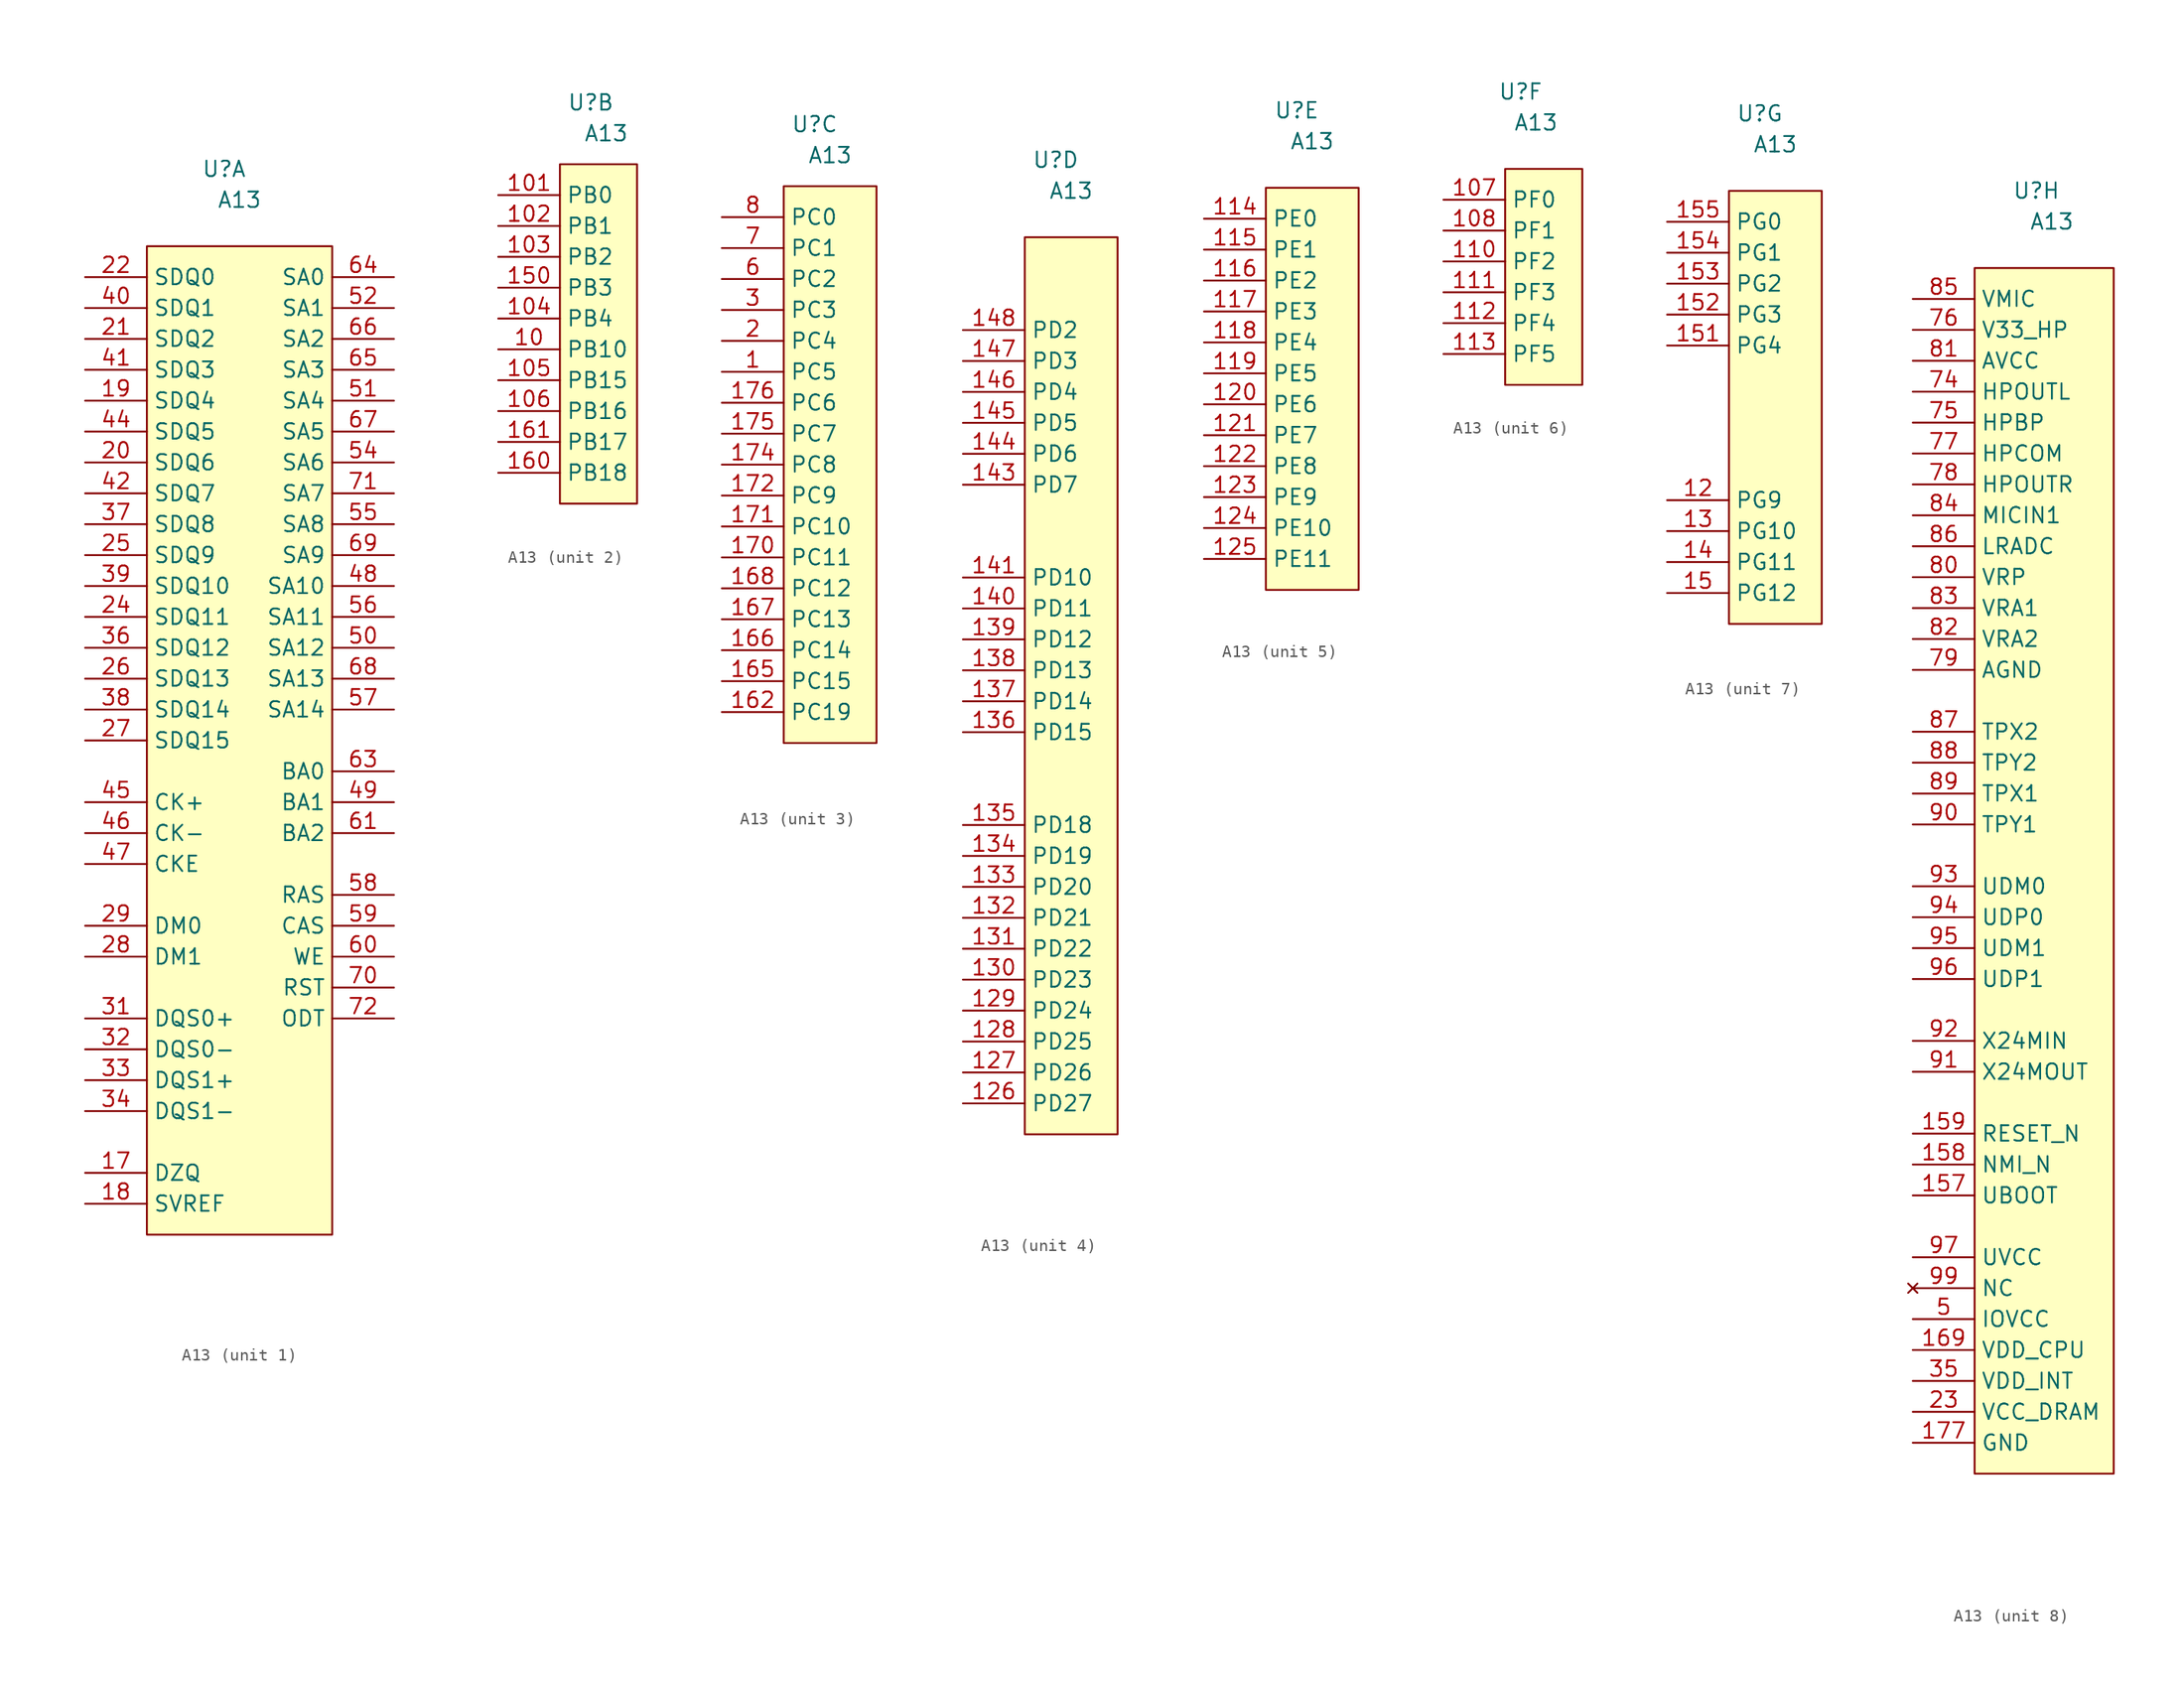
<source format=kicad_sym>
(kicad_symbol_lib
  (version 20211014)
  (generator kicad_symbol_editor)
  (symbol "A13"
    (property "Reference" "U"
      (at -1.27 6.35 0)
      (effects (font (size 1.27 1.27))))
    (property "Value" "A13"
      (at 0 3.81 0)
      (effects (font (size 1.27 1.27))))
    (property "ki_locked" ""
      (at 0 0 0)
      (effects (font (size 1.27 1.27))))
    (symbol "A13_1_0"
      (pin passive line (at -12.7 -12.7 0) (length 5.08) (name "SDQ4" (effects (font (size 1.27 1.27)))) (number "19" (effects (font (size 1.27 1.27)))))
      (pin passive line (at -12.7 -17.78 0) (length 5.08) (name "SDQ6" (effects (font (size 1.27 1.27)))) (number "20" (effects (font (size 1.27 1.27)))))
      (pin passive line (at -12.7 -7.62 0) (length 5.08) (name "SDQ2" (effects (font (size 1.27 1.27)))) (number "21" (effects (font (size 1.27 1.27)))))
      (pin passive line (at -12.7 -2.54 0) (length 5.08) (name "SDQ0" (effects (font (size 1.27 1.27)))) (number "22" (effects (font (size 1.27 1.27)))))
      (pin passive line (at -12.7 -30.48 0) (length 5.08) (name "SDQ11" (effects (font (size 1.27 1.27)))) (number "24" (effects (font (size 1.27 1.27)))))
      (pin passive line (at -12.7 -25.4 0) (length 5.08) (name "SDQ9" (effects (font (size 1.27 1.27)))) (number "25" (effects (font (size 1.27 1.27)))))
      (pin passive line (at -12.7 -35.56 0) (length 5.08) (name "SDQ13" (effects (font (size 1.27 1.27)))) (number "26" (effects (font (size 1.27 1.27)))))
      (pin passive line (at -12.7 -40.64 0) (length 5.08) (name "SDQ15" (effects (font (size 1.27 1.27)))) (number "27" (effects (font (size 1.27 1.27)))))
      (pin passive line (at -12.7 -33.02 0) (length 5.08) (name "SDQ12" (effects (font (size 1.27 1.27)))) (number "36" (effects (font (size 1.27 1.27)))))
      (pin passive line (at -12.7 -22.86 0) (length 5.08) (name "SDQ8" (effects (font (size 1.27 1.27)))) (number "37" (effects (font (size 1.27 1.27)))))
      (pin passive line (at -12.7 -38.1 0) (length 5.08) (name "SDQ14" (effects (font (size 1.27 1.27)))) (number "38" (effects (font (size 1.27 1.27)))))
      (pin passive line (at -12.7 -27.94 0) (length 5.08) (name "SDQ10" (effects (font (size 1.27 1.27)))) (number "39" (effects (font (size 1.27 1.27)))))
      (pin passive line (at -12.7 -5.08 0) (length 5.08) (name "SDQ1" (effects (font (size 1.27 1.27)))) (number "40" (effects (font (size 1.27 1.27)))))
      (pin passive line (at -12.7 -10.16 0) (length 5.08) (name "SDQ3" (effects (font (size 1.27 1.27)))) (number "41" (effects (font (size 1.27 1.27)))))
      (pin passive line (at -12.7 -20.32 0) (length 5.08) (name "SDQ7" (effects (font (size 1.27 1.27)))) (number "42" (effects (font (size 1.27 1.27)))))
      (pin passive line (at -12.7 -15.24 0) (length 5.08) (name "SDQ5" (effects (font (size 1.27 1.27)))) (number "44" (effects (font (size 1.27 1.27)))))
      (pin passive line (at 12.7 -27.94 180) (length 5.08) (name "SA10" (effects (font (size 1.27 1.27)))) (number "48" (effects (font (size 1.27 1.27)))))
      (pin passive line (at 12.7 -45.72 180) (length 5.08) (name "BA1" (effects (font (size 1.27 1.27)))) (number "49" (effects (font (size 1.27 1.27)))))
      (pin passive line (at 12.7 -33.02 180) (length 5.08) (name "SA12" (effects (font (size 1.27 1.27)))) (number "50" (effects (font (size 1.27 1.27)))))
      (pin passive line (at 12.7 -12.7 180) (length 5.08) (name "SA4" (effects (font (size 1.27 1.27)))) (number "51" (effects (font (size 1.27 1.27)))))
      (pin passive line (at 12.7 -5.08 180) (length 5.08) (name "SA1" (effects (font (size 1.27 1.27)))) (number "52" (effects (font (size 1.27 1.27)))))
      (pin passive line (at 12.7 -17.78 180) (length 5.08) (name "SA6" (effects (font (size 1.27 1.27)))) (number "54" (effects (font (size 1.27 1.27)))))
      (pin passive line (at 12.7 -22.86 180) (length 5.08) (name "SA8" (effects (font (size 1.27 1.27)))) (number "55" (effects (font (size 1.27 1.27)))))
      (pin passive line (at 12.7 -30.48 180) (length 5.08) (name "SA11" (effects (font (size 1.27 1.27)))) (number "56" (effects (font (size 1.27 1.27)))))
      (pin passive line (at 12.7 -38.1 180) (length 5.08) (name "SA14" (effects (font (size 1.27 1.27)))) (number "57" (effects (font (size 1.27 1.27)))))
      (pin passive line (at 12.7 -53.34 180) (length 5.08) (name "RAS" (effects (font (size 1.27 1.27)))) (number "58" (effects (font (size 1.27 1.27)))))
      (pin passive line (at 12.7 -55.88 180) (length 5.08) (name "CAS" (effects (font (size 1.27 1.27)))) (number "59" (effects (font (size 1.27 1.27)))))
      (pin passive line (at 12.7 -58.42 180) (length 5.08) (name "WE" (effects (font (size 1.27 1.27)))) (number "60" (effects (font (size 1.27 1.27)))))
      (pin passive line (at 12.7 -48.26 180) (length 5.08) (name "BA2" (effects (font (size 1.27 1.27)))) (number "61" (effects (font (size 1.27 1.27)))))
      (pin passive line (at 12.7 -43.18 180) (length 5.08) (name "BA0" (effects (font (size 1.27 1.27)))) (number "63" (effects (font (size 1.27 1.27)))))
      (pin passive line (at 12.7 -2.54 180) (length 5.08) (name "SA0" (effects (font (size 1.27 1.27)))) (number "64" (effects (font (size 1.27 1.27)))))
      (pin passive line (at 12.7 -10.16 180) (length 5.08) (name "SA3" (effects (font (size 1.27 1.27)))) (number "65" (effects (font (size 1.27 1.27)))))
      (pin passive line (at 12.7 -7.62 180) (length 5.08) (name "SA2" (effects (font (size 1.27 1.27)))) (number "66" (effects (font (size 1.27 1.27)))))
      (pin passive line (at 12.7 -15.24 180) (length 5.08) (name "SA5" (effects (font (size 1.27 1.27)))) (number "67" (effects (font (size 1.27 1.27)))))
      (pin passive line (at 12.7 -35.56 180) (length 5.08) (name "SA13" (effects (font (size 1.27 1.27)))) (number "68" (effects (font (size 1.27 1.27)))))
      (pin passive line (at 12.7 -25.4 180) (length 5.08) (name "SA9" (effects (font (size 1.27 1.27)))) (number "69" (effects (font (size 1.27 1.27)))))
      (pin passive line (at 12.7 -60.96 180) (length 5.08) (name "RST" (effects (font (size 1.27 1.27)))) (number "70" (effects (font (size 1.27 1.27)))))
      (pin passive line (at 12.7 -20.32 180) (length 5.08) (name "SA7" (effects (font (size 1.27 1.27)))) (number "71" (effects (font (size 1.27 1.27)))))
      (pin passive line (at 12.7 -63.5 180) (length 5.08) (name "ODT" (effects (font (size 1.27 1.27)))) (number "72" (effects (font (size 1.27 1.27))))))
    (symbol "A13_1_1"
      (rectangle (start -7.62 0) (end 7.62 -81.28) (stroke (width 0.152) (type default) (color 0 0 0 0)) (fill (type background)))
      (pin passive line (at -12.7 -76.2 0) (length 5.08) (name "DZQ" (effects (font (size 1.27 1.27)))) (number "17" (effects (font (size 1.27 1.27)))))
      (pin passive line (at -12.7 -78.74 0) (length 5.08) (name "SVREF" (effects (font (size 1.27 1.27)))) (number "18" (effects (font (size 1.27 1.27)))))
      (pin passive line (at -12.7 -58.42 0) (length 5.08) (name "DM1" (effects (font (size 1.27 1.27)))) (number "28" (effects (font (size 1.27 1.27)))))
      (pin passive line (at -12.7 -55.88 0) (length 5.08) (name "DM0" (effects (font (size 1.27 1.27)))) (number "29" (effects (font (size 1.27 1.27)))))
      (pin passive line (at -12.7 -63.5 0) (length 5.08) (name "DQS0+" (effects (font (size 1.27 1.27)))) (number "31" (effects (font (size 1.27 1.27)))))
      (pin passive line (at -12.7 -66.04 0) (length 5.08) (name "DQS0-" (effects (font (size 1.27 1.27)))) (number "32" (effects (font (size 1.27 1.27)))))
      (pin passive line (at -12.7 -68.58 0) (length 5.08) (name "DQS1+" (effects (font (size 1.27 1.27)))) (number "33" (effects (font (size 1.27 1.27)))))
      (pin passive line (at -12.7 -71.12 0) (length 5.08) (name "DQS1-" (effects (font (size 1.27 1.27)))) (number "34" (effects (font (size 1.27 1.27)))))
      (pin passive line (at -12.7 -45.72 0) (length 5.08) (name "CK+" (effects (font (size 1.27 1.27)))) (number "45" (effects (font (size 1.27 1.27)))))
      (pin passive line (at -12.7 -48.26 0) (length 5.08) (name "CK-" (effects (font (size 1.27 1.27)))) (number "46" (effects (font (size 1.27 1.27)))))
      (pin passive line (at -12.7 -50.8 0) (length 5.08) (name "CKE" (effects (font (size 1.27 1.27)))) (number "47" (effects (font (size 1.27 1.27))))))
    (symbol "A13_2_0"
      (pin passive line (at -8.89 -13.97 0) (length 5.08) (name "PB10" (effects (font (size 1.27 1.27)))) (number "10" (effects (font (size 1.27 1.27)))))
      (pin passive line (at -8.89 -1.27 0) (length 5.08) (name "PB0" (effects (font (size 1.27 1.27)))) (number "101" (effects (font (size 1.27 1.27)))))
      (pin passive line (at -8.89 -3.81 0) (length 5.08) (name "PB1" (effects (font (size 1.27 1.27)))) (number "102" (effects (font (size 1.27 1.27)))))
      (pin passive line (at -8.89 -6.35 0) (length 5.08) (name "PB2" (effects (font (size 1.27 1.27)))) (number "103" (effects (font (size 1.27 1.27)))))
      (pin passive line (at -8.89 -11.43 0) (length 5.08) (name "PB4" (effects (font (size 1.27 1.27)))) (number "104" (effects (font (size 1.27 1.27)))))
      (pin passive line (at -8.89 -16.51 0) (length 5.08) (name "PB15" (effects (font (size 1.27 1.27)))) (number "105" (effects (font (size 1.27 1.27)))))
      (pin passive line (at -8.89 -19.05 0) (length 5.08) (name "PB16" (effects (font (size 1.27 1.27)))) (number "106" (effects (font (size 1.27 1.27)))))
      (pin passive line (at -8.89 -8.89 0) (length 5.08) (name "PB3" (effects (font (size 1.27 1.27)))) (number "150" (effects (font (size 1.27 1.27)))))
      (pin passive line (at -8.89 -24.13 0) (length 5.08) (name "PB18" (effects (font (size 1.27 1.27)))) (number "160" (effects (font (size 1.27 1.27)))))
      (pin passive line (at -8.89 -21.59 0) (length 5.08) (name "PB17" (effects (font (size 1.27 1.27)))) (number "161" (effects (font (size 1.27 1.27))))))
    (symbol "A13_2_1"
      (rectangle (start -3.81 1.27) (end 2.54 -26.67) (stroke (width 0.152) (type default) (color 0 0 0 0)) (fill (type background))))
    (symbol "A13_3_0"
      (pin passive line (at -8.89 -13.97 0) (length 5.08) (name "PC5" (effects (font (size 1.27 1.27)))) (number "1" (effects (font (size 1.27 1.27)))))
      (pin passive line (at -8.89 -41.91 0) (length 5.08) (name "PC19" (effects (font (size 1.27 1.27)))) (number "162" (effects (font (size 1.27 1.27)))))
      (pin passive line (at -8.89 -39.37 0) (length 5.08) (name "PC15" (effects (font (size 1.27 1.27)))) (number "165" (effects (font (size 1.27 1.27)))))
      (pin passive line (at -8.89 -36.83 0) (length 5.08) (name "PC14" (effects (font (size 1.27 1.27)))) (number "166" (effects (font (size 1.27 1.27)))))
      (pin passive line (at -8.89 -34.29 0) (length 5.08) (name "PC13" (effects (font (size 1.27 1.27)))) (number "167" (effects (font (size 1.27 1.27)))))
      (pin passive line (at -8.89 -31.75 0) (length 5.08) (name "PC12" (effects (font (size 1.27 1.27)))) (number "168" (effects (font (size 1.27 1.27)))))
      (pin passive line (at -8.89 -29.21 0) (length 5.08) (name "PC11" (effects (font (size 1.27 1.27)))) (number "170" (effects (font (size 1.27 1.27)))))
      (pin passive line (at -8.89 -26.67 0) (length 5.08) (name "PC10" (effects (font (size 1.27 1.27)))) (number "171" (effects (font (size 1.27 1.27)))))
      (pin passive line (at -8.89 -24.13 0) (length 5.08) (name "PC9" (effects (font (size 1.27 1.27)))) (number "172" (effects (font (size 1.27 1.27)))))
      (pin passive line (at -8.89 -21.59 0) (length 5.08) (name "PC8" (effects (font (size 1.27 1.27)))) (number "174" (effects (font (size 1.27 1.27)))))
      (pin passive line (at -8.89 -19.05 0) (length 5.08) (name "PC7" (effects (font (size 1.27 1.27)))) (number "175" (effects (font (size 1.27 1.27)))))
      (pin passive line (at -8.89 -16.51 0) (length 5.08) (name "PC6" (effects (font (size 1.27 1.27)))) (number "176" (effects (font (size 1.27 1.27)))))
      (pin passive line (at -8.89 -11.43 0) (length 5.08) (name "PC4" (effects (font (size 1.27 1.27)))) (number "2" (effects (font (size 1.27 1.27)))))
      (pin passive line (at -8.89 -8.89 0) (length 5.08) (name "PC3" (effects (font (size 1.27 1.27)))) (number "3" (effects (font (size 1.27 1.27)))))
      (pin passive line (at -8.89 -6.35 0) (length 5.08) (name "PC2" (effects (font (size 1.27 1.27)))) (number "6" (effects (font (size 1.27 1.27)))))
      (pin passive line (at -8.89 -3.81 0) (length 5.08) (name "PC1" (effects (font (size 1.27 1.27)))) (number "7" (effects (font (size 1.27 1.27)))))
      (pin passive line (at -8.89 -1.27 0) (length 5.08) (name "PC0" (effects (font (size 1.27 1.27)))) (number "8" (effects (font (size 1.27 1.27))))))
    (symbol "A13_3_1"
      (rectangle (start -3.81 1.27) (end 3.81 -44.45) (stroke (width 0.152) (type default) (color 0 0 0 0)) (fill (type background))))
    (symbol "A13_4_0"
      (pin passive line (at -8.89 -71.12 0) (length 5.08) (name "PD27" (effects (font (size 1.27 1.27)))) (number "126" (effects (font (size 1.27 1.27)))))
      (pin passive line (at -8.89 -68.58 0) (length 5.08) (name "PD26" (effects (font (size 1.27 1.27)))) (number "127" (effects (font (size 1.27 1.27)))))
      (pin passive line (at -8.89 -66.04 0) (length 5.08) (name "PD25" (effects (font (size 1.27 1.27)))) (number "128" (effects (font (size 1.27 1.27)))))
      (pin passive line (at -8.89 -63.5 0) (length 5.08) (name "PD24" (effects (font (size 1.27 1.27)))) (number "129" (effects (font (size 1.27 1.27)))))
      (pin passive line (at -8.89 -60.96 0) (length 5.08) (name "PD23" (effects (font (size 1.27 1.27)))) (number "130" (effects (font (size 1.27 1.27)))))
      (pin passive line (at -8.89 -58.42 0) (length 5.08) (name "PD22" (effects (font (size 1.27 1.27)))) (number "131" (effects (font (size 1.27 1.27)))))
      (pin passive line (at -8.89 -55.88 0) (length 5.08) (name "PD21" (effects (font (size 1.27 1.27)))) (number "132" (effects (font (size 1.27 1.27)))))
      (pin passive line (at -8.89 -53.34 0) (length 5.08) (name "PD20" (effects (font (size 1.27 1.27)))) (number "133" (effects (font (size 1.27 1.27)))))
      (pin passive line (at -8.89 -50.8 0) (length 5.08) (name "PD19" (effects (font (size 1.27 1.27)))) (number "134" (effects (font (size 1.27 1.27)))))
      (pin passive line (at -8.89 -48.26 0) (length 5.08) (name "PD18" (effects (font (size 1.27 1.27)))) (number "135" (effects (font (size 1.27 1.27)))))
      (pin passive line (at -8.89 -40.64 0) (length 5.08) (name "PD15" (effects (font (size 1.27 1.27)))) (number "136" (effects (font (size 1.27 1.27)))))
      (pin passive line (at -8.89 -38.1 0) (length 5.08) (name "PD14" (effects (font (size 1.27 1.27)))) (number "137" (effects (font (size 1.27 1.27)))))
      (pin passive line (at -8.89 -35.56 0) (length 5.08) (name "PD13" (effects (font (size 1.27 1.27)))) (number "138" (effects (font (size 1.27 1.27)))))
      (pin passive line (at -8.89 -33.02 0) (length 5.08) (name "PD12" (effects (font (size 1.27 1.27)))) (number "139" (effects (font (size 1.27 1.27)))))
      (pin passive line (at -8.89 -30.48 0) (length 5.08) (name "PD11" (effects (font (size 1.27 1.27)))) (number "140" (effects (font (size 1.27 1.27)))))
      (pin passive line (at -8.89 -27.94 0) (length 5.08) (name "PD10" (effects (font (size 1.27 1.27)))) (number "141" (effects (font (size 1.27 1.27)))))
      (pin passive line (at -8.89 -20.32 0) (length 5.08) (name "PD7" (effects (font (size 1.27 1.27)))) (number "143" (effects (font (size 1.27 1.27)))))
      (pin passive line (at -8.89 -17.78 0) (length 5.08) (name "PD6" (effects (font (size 1.27 1.27)))) (number "144" (effects (font (size 1.27 1.27)))))
      (pin passive line (at -8.89 -15.24 0) (length 5.08) (name "PD5" (effects (font (size 1.27 1.27)))) (number "145" (effects (font (size 1.27 1.27)))))
      (pin passive line (at -8.89 -12.7 0) (length 5.08) (name "PD4" (effects (font (size 1.27 1.27)))) (number "146" (effects (font (size 1.27 1.27)))))
      (pin passive line (at -8.89 -10.16 0) (length 5.08) (name "PD3" (effects (font (size 1.27 1.27)))) (number "147" (effects (font (size 1.27 1.27)))))
      (pin passive line (at -8.89 -7.62 0) (length 5.08) (name "PD2" (effects (font (size 1.27 1.27)))) (number "148" (effects (font (size 1.27 1.27))))))
    (symbol "A13_4_1"
      (rectangle (start -3.81 0) (end 3.81 -73.66) (stroke (width 0.152) (type default) (color 0 0 0 0)) (fill (type background))))
    (symbol "A13_5_0"
      (pin passive line (at -8.89 -2.54 0) (length 5.08) (name "PE0" (effects (font (size 1.27 1.27)))) (number "114" (effects (font (size 1.27 1.27)))))
      (pin passive line (at -8.89 -5.08 0) (length 5.08) (name "PE1" (effects (font (size 1.27 1.27)))) (number "115" (effects (font (size 1.27 1.27)))))
      (pin passive line (at -8.89 -7.62 0) (length 5.08) (name "PE2" (effects (font (size 1.27 1.27)))) (number "116" (effects (font (size 1.27 1.27)))))
      (pin passive line (at -8.89 -10.16 0) (length 5.08) (name "PE3" (effects (font (size 1.27 1.27)))) (number "117" (effects (font (size 1.27 1.27)))))
      (pin passive line (at -8.89 -12.7 0) (length 5.08) (name "PE4" (effects (font (size 1.27 1.27)))) (number "118" (effects (font (size 1.27 1.27)))))
      (pin passive line (at -8.89 -15.24 0) (length 5.08) (name "PE5" (effects (font (size 1.27 1.27)))) (number "119" (effects (font (size 1.27 1.27)))))
      (pin passive line (at -8.89 -17.78 0) (length 5.08) (name "PE6" (effects (font (size 1.27 1.27)))) (number "120" (effects (font (size 1.27 1.27)))))
      (pin passive line (at -8.89 -20.32 0) (length 5.08) (name "PE7" (effects (font (size 1.27 1.27)))) (number "121" (effects (font (size 1.27 1.27)))))
      (pin passive line (at -8.89 -22.86 0) (length 5.08) (name "PE8" (effects (font (size 1.27 1.27)))) (number "122" (effects (font (size 1.27 1.27)))))
      (pin passive line (at -8.89 -25.4 0) (length 5.08) (name "PE9" (effects (font (size 1.27 1.27)))) (number "123" (effects (font (size 1.27 1.27)))))
      (pin passive line (at -8.89 -27.94 0) (length 5.08) (name "PE10" (effects (font (size 1.27 1.27)))) (number "124" (effects (font (size 1.27 1.27)))))
      (pin passive line (at -8.89 -30.48 0) (length 5.08) (name "PE11" (effects (font (size 1.27 1.27)))) (number "125" (effects (font (size 1.27 1.27))))))
    (symbol "A13_5_1"
      (rectangle (start -3.81 0) (end 3.81 -33.02) (stroke (width 0.152) (type default) (color 0 0 0 0)) (fill (type background))))
    (symbol "A13_6_0"
      (pin passive line (at -7.62 -2.54 0) (length 5.08) (name "PF0" (effects (font (size 1.27 1.27)))) (number "107" (effects (font (size 1.27 1.27)))))
      (pin passive line (at -7.62 -5.08 0) (length 5.08) (name "PF1" (effects (font (size 1.27 1.27)))) (number "108" (effects (font (size 1.27 1.27)))))
      (pin passive line (at -7.62 -7.62 0) (length 5.08) (name "PF2" (effects (font (size 1.27 1.27)))) (number "110" (effects (font (size 1.27 1.27)))))
      (pin passive line (at -7.62 -10.16 0) (length 5.08) (name "PF3" (effects (font (size 1.27 1.27)))) (number "111" (effects (font (size 1.27 1.27)))))
      (pin passive line (at -7.62 -12.7 0) (length 5.08) (name "PF4" (effects (font (size 1.27 1.27)))) (number "112" (effects (font (size 1.27 1.27)))))
      (pin passive line (at -7.62 -15.24 0) (length 5.08) (name "PF5" (effects (font (size 1.27 1.27)))) (number "113" (effects (font (size 1.27 1.27))))))
    (symbol "A13_6_1"
      (rectangle (start -2.54 0) (end 3.81 -17.78) (stroke (width 0.152) (type default) (color 0 0 0 0)) (fill (type background))))
    (symbol "A13_7_0"
      (pin passive line (at -8.89 -25.4 0) (length 5.08) (name "PG9" (effects (font (size 1.27 1.27)))) (number "12" (effects (font (size 1.27 1.27)))))
      (pin passive line (at -8.89 -27.94 0) (length 5.08) (name "PG10" (effects (font (size 1.27 1.27)))) (number "13" (effects (font (size 1.27 1.27)))))
      (pin passive line (at -8.89 -30.48 0) (length 5.08) (name "PG11" (effects (font (size 1.27 1.27)))) (number "14" (effects (font (size 1.27 1.27)))))
      (pin passive line (at -8.89 -12.7 0) (length 5.08) (name "PG4" (effects (font (size 1.27 1.27)))) (number "151" (effects (font (size 1.27 1.27)))))
      (pin passive line (at -8.89 -10.16 0) (length 5.08) (name "PG3" (effects (font (size 1.27 1.27)))) (number "152" (effects (font (size 1.27 1.27)))))
      (pin passive line (at -8.89 -7.62 0) (length 5.08) (name "PG2" (effects (font (size 1.27 1.27)))) (number "153" (effects (font (size 1.27 1.27)))))
      (pin passive line (at -8.89 -5.08 0) (length 5.08) (name "PG1" (effects (font (size 1.27 1.27)))) (number "154" (effects (font (size 1.27 1.27)))))
      (pin passive line (at -8.89 -2.54 0) (length 5.08) (name "PG0" (effects (font (size 1.27 1.27)))) (number "155" (effects (font (size 1.27 1.27))))))
    (symbol "A13_7_1"
      (rectangle (start -3.81 0) (end 3.81 -35.56) (stroke (width 0.152) (type default) (color 0 0 0 0)) (fill (type background)))
      (pin passive line (at -8.89 -33.02 0) (length 5.08) (name "PG12" (effects (font (size 1.27 1.27)))) (number "15" (effects (font (size 1.27 1.27))))))
    (symbol "A13_8_0"
      (pin passive line (at -11.43 -96.52 0) (length 5.08) (name "GND" (effects (font (size 1.27 1.27)))) (number "177" (effects (font (size 1.27 1.27)))))
      (pin passive line (at -11.43 -10.16 0) (length 5.08) (name "HPOUTL" (effects (font (size 1.27 1.27)))) (number "74" (effects (font (size 1.27 1.27)))))
      (pin passive line (at -11.43 -12.7 0) (length 5.08) (name "HPBP" (effects (font (size 1.27 1.27)))) (number "75" (effects (font (size 1.27 1.27)))))
      (pin passive line (at -11.43 -15.24 0) (length 5.08) (name "HPCOM" (effects (font (size 1.27 1.27)))) (number "77" (effects (font (size 1.27 1.27)))))
      (pin passive line (at -11.43 -17.78 0) (length 5.08) (name "HPOUTR" (effects (font (size 1.27 1.27)))) (number "78" (effects (font (size 1.27 1.27)))))
      (pin passive line (at -11.43 -20.32 0) (length 5.08) (name "MICIN1" (effects (font (size 1.27 1.27)))) (number "84" (effects (font (size 1.27 1.27)))))
      (pin passive line (at -11.43 -22.86 0) (length 5.08) (name "LRADC" (effects (font (size 1.27 1.27)))) (number "86" (effects (font (size 1.27 1.27)))))
      (pin passive line (at -11.43 -38.1 0) (length 5.08) (name "TPX2" (effects (font (size 1.27 1.27)))) (number "87" (effects (font (size 1.27 1.27)))))
      (pin passive line (at -11.43 -40.64 0) (length 5.08) (name "TPY2" (effects (font (size 1.27 1.27)))) (number "88" (effects (font (size 1.27 1.27)))))
      (pin passive line (at -11.43 -43.18 0) (length 5.08) (name "TPX1" (effects (font (size 1.27 1.27)))) (number "89" (effects (font (size 1.27 1.27)))))
      (pin passive line (at -11.43 -45.72 0) (length 5.08) (name "TPY1" (effects (font (size 1.27 1.27)))) (number "90" (effects (font (size 1.27 1.27)))))
      (pin passive line (at -11.43 -50.8 0) (length 5.08) (name "UDM0" (effects (font (size 1.27 1.27)))) (number "93" (effects (font (size 1.27 1.27)))))
      (pin passive line (at -11.43 -53.34 0) (length 5.08) (name "UDP0" (effects (font (size 1.27 1.27)))) (number "94" (effects (font (size 1.27 1.27)))))
      (pin passive line (at -11.43 -55.88 0) (length 5.08) (name "UDM1" (effects (font (size 1.27 1.27)))) (number "95" (effects (font (size 1.27 1.27)))))
      (pin passive line (at -11.43 -58.42 0) (length 5.08) (name "UDP1" (effects (font (size 1.27 1.27)))) (number "96" (effects (font (size 1.27 1.27)))))
      (pin no_connect line (at -11.43 -83.82 0) (length 5.08) (name "NC" (effects (font (size 1.27 1.27)))) (number "99" (effects (font (size 1.27 1.27))))))
    (symbol "A13_8_1"
      (rectangle (start -6.35 0) (end 5.08 -99.06) (stroke (width 0.152) (type default) (color 0 0 0 0)) (fill (type background)))
      (pin passive line (at -11.43 -86.36 0) (length 5.08) hide (name "IOVCC" (effects (font (size 1.27 1.27)))) (number "100" (effects (font (size 1.27 1.27)))))
      (pin passive line (at -11.43 -91.44 0) (length 5.08) hide (name "VDD_INT" (effects (font (size 1.27 1.27)))) (number "109" (effects (font (size 1.27 1.27)))))
      (pin passive line (at -11.43 -88.9 0) (length 5.08) hide (name "VDD_CPU" (effects (font (size 1.27 1.27)))) (number "11" (effects (font (size 1.27 1.27)))))
      (pin passive line (at -11.43 -86.36 0) (length 5.08) hide (name "IOVCC" (effects (font (size 1.27 1.27)))) (number "142" (effects (font (size 1.27 1.27)))))
      (pin passive line (at -11.43 -91.44 0) (length 5.08) hide (name "VDD_INT" (effects (font (size 1.27 1.27)))) (number "149" (effects (font (size 1.27 1.27)))))
      (pin passive line (at -11.43 -88.9 0) (length 5.08) hide (name "VDD_CPU" (effects (font (size 1.27 1.27)))) (number "156" (effects (font (size 1.27 1.27)))))
      (pin passive line (at -11.43 -76.2 0) (length 5.08) (name "UBOOT" (effects (font (size 1.27 1.27)))) (number "157" (effects (font (size 1.27 1.27)))))
      (pin passive line (at -11.43 -73.66 0) (length 5.08) (name "NMI_N" (effects (font (size 1.27 1.27)))) (number "158" (effects (font (size 1.27 1.27)))))
      (pin passive line (at -11.43 -71.12 0) (length 5.08) (name "RESET_N" (effects (font (size 1.27 1.27)))) (number "159" (effects (font (size 1.27 1.27)))))
      (pin passive line (at -11.43 -88.9 0) (length 5.08) hide (name "VDD_CPU" (effects (font (size 1.27 1.27)))) (number "16" (effects (font (size 1.27 1.27)))))
      (pin passive line (at -11.43 -86.36 0) (length 5.08) hide (name "IOVCC" (effects (font (size 1.27 1.27)))) (number "163" (effects (font (size 1.27 1.27)))))
      (pin passive line (at -11.43 -88.9 0) (length 5.08) hide (name "VDD_CPU" (effects (font (size 1.27 1.27)))) (number "164" (effects (font (size 1.27 1.27)))))
      (pin passive line (at -11.43 -88.9 0) (length 5.08) (name "VDD_CPU" (effects (font (size 1.27 1.27)))) (number "169" (effects (font (size 1.27 1.27)))))
      (pin passive line (at -11.43 -88.9 0) (length 5.08) hide (name "VDD_CPU" (effects (font (size 1.27 1.27)))) (number "173" (effects (font (size 1.27 1.27)))))
      (pin passive line (at -11.43 -93.98 0) (length 5.08) (name "VCC_DRAM" (effects (font (size 1.27 1.27)))) (number "23" (effects (font (size 1.27 1.27)))))
      (pin passive line (at -11.43 -93.98 0) (length 5.08) hide (name "VCC_DRAM" (effects (font (size 1.27 1.27)))) (number "30" (effects (font (size 1.27 1.27)))))
      (pin passive line (at -11.43 -91.44 0) (length 5.08) (name "VDD_INT" (effects (font (size 1.27 1.27)))) (number "35" (effects (font (size 1.27 1.27)))))
      (pin passive line (at -11.43 -88.9 0) (length 5.08) hide (name "VDD_CPU" (effects (font (size 1.27 1.27)))) (number "4" (effects (font (size 1.27 1.27)))))
      (pin passive line (at -11.43 -93.98 0) (length 5.08) hide (name "VCC_DRAM" (effects (font (size 1.27 1.27)))) (number "43" (effects (font (size 1.27 1.27)))))
      (pin passive line (at -11.43 -86.36 0) (length 5.08) (name "IOVCC" (effects (font (size 1.27 1.27)))) (number "5" (effects (font (size 1.27 1.27)))))
      (pin passive line (at -11.43 -93.98 0) (length 5.08) hide (name "VCC_DRAM" (effects (font (size 1.27 1.27)))) (number "53" (effects (font (size 1.27 1.27)))))
      (pin passive line (at -11.43 -93.98 0) (length 5.08) hide (name "VCC_DRAM" (effects (font (size 1.27 1.27)))) (number "62" (effects (font (size 1.27 1.27)))))
      (pin passive line (at -11.43 -91.44 0) (length 5.08) hide (name "VDD_INT" (effects (font (size 1.27 1.27)))) (number "73" (effects (font (size 1.27 1.27)))))
      (pin passive line (at -11.43 -5.08 0) (length 5.08) (name "V33_HP" (effects (font (size 1.27 1.27)))) (number "76" (effects (font (size 1.27 1.27)))))
      (pin passive line (at -11.43 -33.02 0) (length 5.08) (name "AGND" (effects (font (size 1.27 1.27)))) (number "79" (effects (font (size 1.27 1.27)))))
      (pin passive line (at -11.43 -25.4 0) (length 5.08) (name "VRP" (effects (font (size 1.27 1.27)))) (number "80" (effects (font (size 1.27 1.27)))))
      (pin passive line (at -11.43 -7.62 0) (length 5.08) (name "AVCC" (effects (font (size 1.27 1.27)))) (number "81" (effects (font (size 1.27 1.27)))))
      (pin passive line (at -11.43 -30.48 0) (length 5.08) (name "VRA2" (effects (font (size 1.27 1.27)))) (number "82" (effects (font (size 1.27 1.27)))))
      (pin passive line (at -11.43 -27.94 0) (length 5.08) (name "VRA1" (effects (font (size 1.27 1.27)))) (number "83" (effects (font (size 1.27 1.27)))))
      (pin passive line (at -11.43 -2.54 0) (length 5.08) (name "VMIC" (effects (font (size 1.27 1.27)))) (number "85" (effects (font (size 1.27 1.27)))))
      (pin passive line (at -11.43 -88.9 0) (length 5.08) hide (name "VDD_CPU" (effects (font (size 1.27 1.27)))) (number "9" (effects (font (size 1.27 1.27)))))
      (pin passive line (at -11.43 -66.04 0) (length 5.08) (name "X24MOUT" (effects (font (size 1.27 1.27)))) (number "91" (effects (font (size 1.27 1.27)))))
      (pin passive line (at -11.43 -63.5 0) (length 5.08) (name "X24MIN" (effects (font (size 1.27 1.27)))) (number "92" (effects (font (size 1.27 1.27)))))
      (pin passive line (at -11.43 -81.28 0) (length 5.08) (name "UVCC" (effects (font (size 1.27 1.27)))) (number "97" (effects (font (size 1.27 1.27)))))
      (pin passive line (at -11.43 -91.44 0) (length 5.08) hide (name "VDD_INT" (effects (font (size 1.27 1.27)))) (number "98" (effects (font (size 1.27 1.27))))))))
</source>
